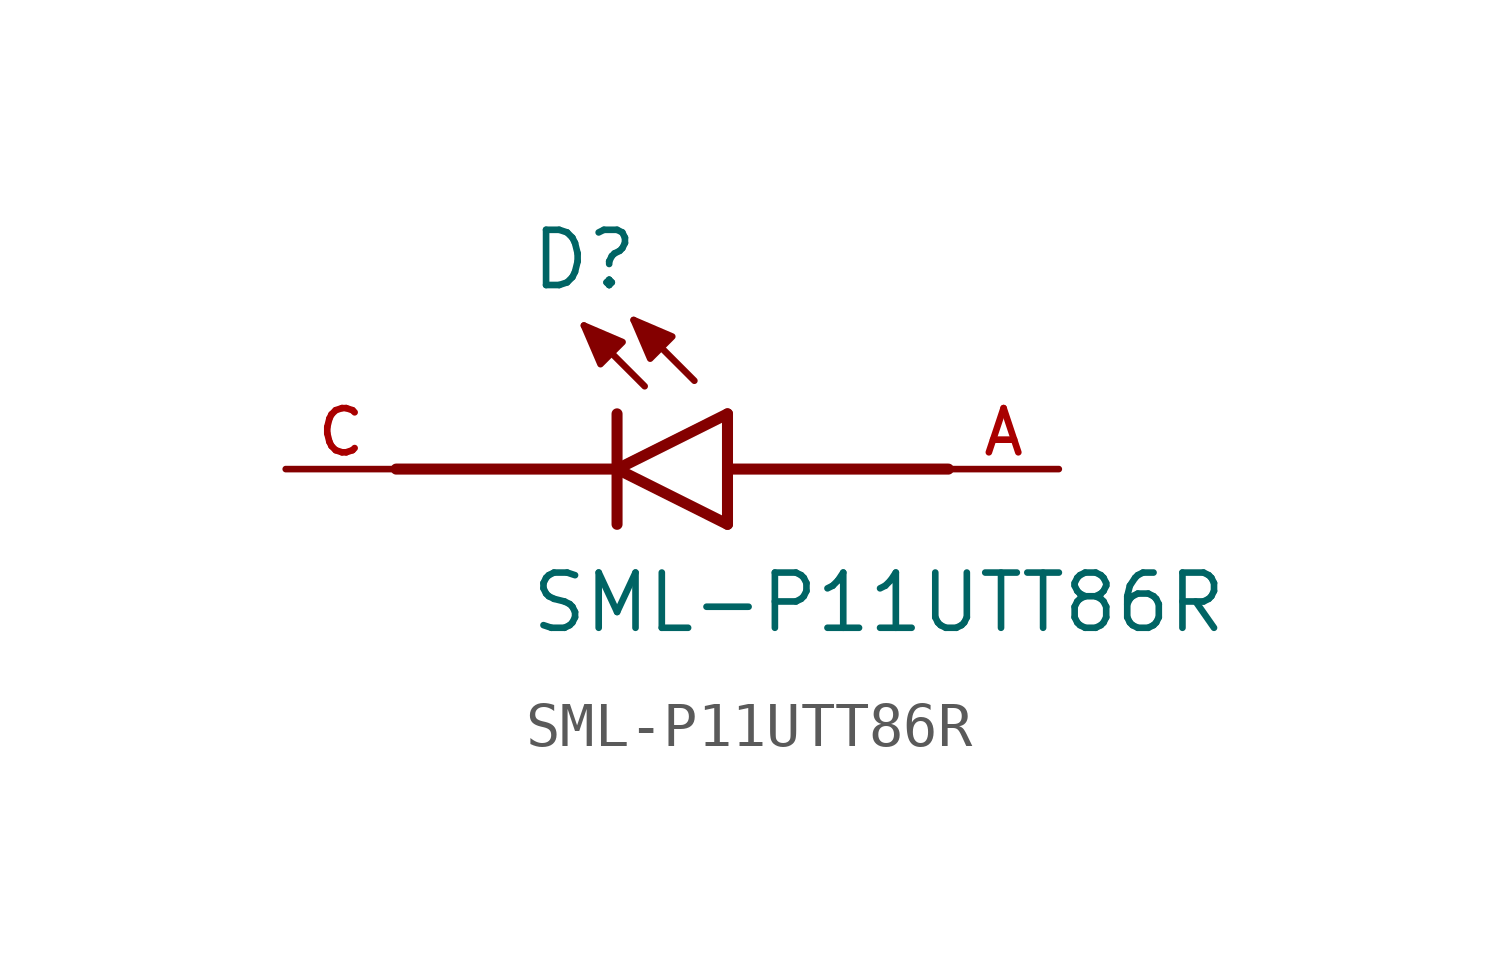
<source format=kicad_sym>
(kicad_symbol_lib
  (version 20211014)
  (generator kicad_symbol_editor)
  (symbol "SML-P11UTT86R"
    (pin_names
      (offset 1.016))
    (property "Reference" "D"
      (at -2.035 4.07 0)
      (effects (font (size 1.27 1.27)) (justify bottom left)))
    (property "Value" "SML-P11UTT86R"
      (at -2.034 -3.813 0)
      (effects (font (size 1.27 1.27)) (justify bottom left)))
    (symbol "SML-P11UTT86R_0_0"
      (polyline (pts (xy 2.54 -1.27) (xy 0.0 0.0)) (stroke (width 0.254)))
      (polyline (pts (xy 0.0 0.0) (xy 2.54 1.27)) (stroke (width 0.254)))
      (polyline (pts (xy 0.0 -1.27) (xy 0.0 0.0)) (stroke (width 0.254)))
      (polyline (pts (xy 0.0 0.0) (xy 0.0 1.27)) (stroke (width 0.254)))
      (polyline (pts (xy 2.54 -1.27) (xy 2.54 1.27)) (stroke (width 0.254)))
      (polyline (pts (xy 1.778 2.032) (xy 0.381 3.429)) (stroke (width 0.152)))
      (polyline (pts (xy 0.635 1.905) (xy -0.762 3.302)) (stroke (width 0.152)))
      (polyline (pts (xy 0.381 3.429) (xy 1.27 3.048) (xy 0.762 2.54) (xy 0.381 3.429)) (stroke (width 0.152)) (fill (type outline)))
      (polyline (pts (xy -0.762 3.302) (xy 0.127 2.921) (xy -0.381 2.413) (xy -0.762 3.302)) (stroke (width 0.152)) (fill (type outline)))
      (polyline (pts (xy -5.08 0.0) (xy 0.0 0.0)) (stroke (width 0.254)))
      (polyline (pts (xy 2.54 0.0) (xy 7.62 0.0)) (stroke (width 0.254)))
      (pin passive line (at -7.62 0.0 0) (length 2.54) (name "~" (effects (font (size 1.016 1.016)))) (number "C" (effects (font (size 1.016 1.016)))))
      (pin passive line (at 10.16 0.0 180.0) (length 2.54) (name "~" (effects (font (size 1.016 1.016)))) (number "A" (effects (font (size 1.016 1.016))))))))
</source>
